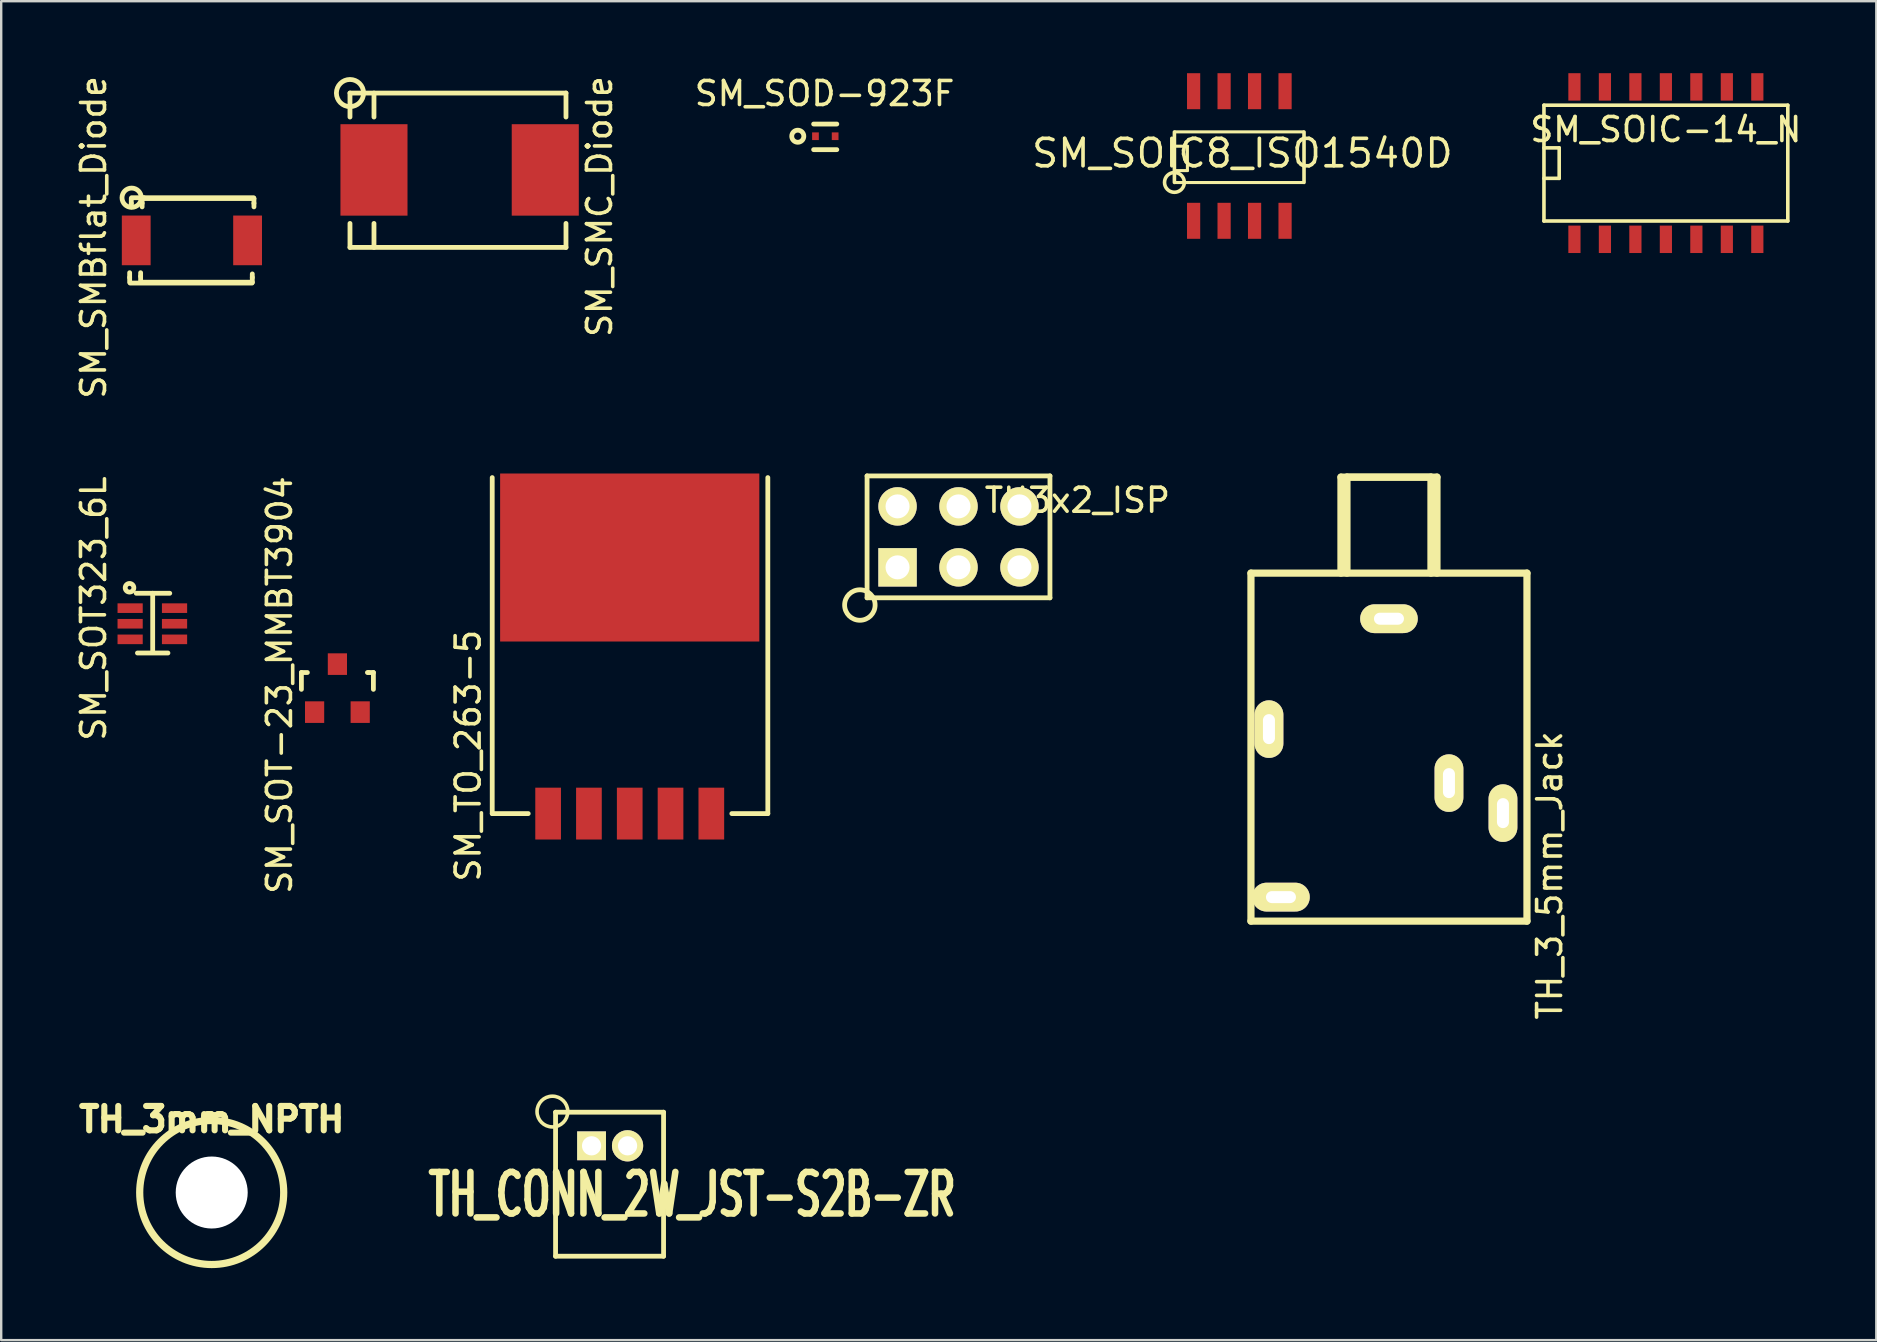
<source format=kicad_pcb>
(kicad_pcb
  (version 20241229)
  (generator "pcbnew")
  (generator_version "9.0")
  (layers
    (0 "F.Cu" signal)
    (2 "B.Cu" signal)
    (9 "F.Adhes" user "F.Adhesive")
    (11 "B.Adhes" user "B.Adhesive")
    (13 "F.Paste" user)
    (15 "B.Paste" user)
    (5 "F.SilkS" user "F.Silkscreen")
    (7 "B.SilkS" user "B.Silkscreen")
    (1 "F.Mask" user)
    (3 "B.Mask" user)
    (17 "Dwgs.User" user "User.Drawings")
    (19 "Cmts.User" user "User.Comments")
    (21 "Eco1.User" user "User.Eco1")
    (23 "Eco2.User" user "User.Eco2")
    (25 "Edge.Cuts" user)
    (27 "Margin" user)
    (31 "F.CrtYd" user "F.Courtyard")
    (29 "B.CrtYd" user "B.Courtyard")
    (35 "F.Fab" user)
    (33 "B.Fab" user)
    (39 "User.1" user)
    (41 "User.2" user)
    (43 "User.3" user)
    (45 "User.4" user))
  (footprint "TH_CONN_2W_JST-S2B-ZR"
    (layer "F.Cu")
    (at 21.598 44.691)
    (property "Reference" "TH_CONN_2W_JST-S2B-ZR" (at 4.191 2.032 0) (layer "F.SilkS") (effects (font (size 1.73 1.087) (thickness 0.272))))
    (attr through_hole)
    (fp_line (start -1.5 -1.4) (end 3 -1.4) (stroke (width 0.2) (type solid)) (layer "F.SilkS"))
    (fp_line (start -1.5 4.6) (end -1.5 -1.4) (stroke (width 0.2) (type solid)) (layer "F.SilkS"))
    (fp_line (start 3 -1.4) (end 3 4.6) (stroke (width 0.2) (type solid)) (layer "F.SilkS"))
    (fp_line (start 3 4.6) (end -1.5 4.6) (stroke (width 0.2) (type solid)) (layer "F.SilkS"))
    (fp_circle (center -1.631 -1.427) (end -1.231 -0.927) (stroke (width 0.15) (type solid)) (fill no) (layer "F.SilkS"))
    (pad "1" thru_hole rect (at 0 0) (size 1.2 1.2) (drill 0.8) (layers "*.Cu" "*.Mask" "F.SilkS"))
    (pad "2" thru_hole circle (at 1.5 0) (size 1.3 1.3) (drill 0.8) (layers "*.Cu" "*.Mask" "F.SilkS")))
  (footprint "SM_SOT-23_MMBT3904"
    (layer "F.Cu")
    (at 11.008 25.621)
    (property "Reference" "SM_SOT-23_MMBT3904" (at -2.413 -0.127 90) (layer "F.SilkS") (effects (font (size 1 1) (thickness 0.15))))
    (attr smd)
    (fp_line (start -1.5 -0.65) (end -1.251 -0.65) (stroke (width 0.2) (type solid)) (layer "F.SilkS"))
    (fp_line (start -1.5 0.051) (end -1.5 -0.65) (stroke (width 0.2) (type solid)) (layer "F.SilkS"))
    (fp_line (start 1.299 -0.65) (end 1.251 -0.65) (stroke (width 0.2) (type solid)) (layer "F.SilkS"))
    (fp_line (start 1.299 -0.65) (end 1.5 -0.65) (stroke (width 0.2) (type solid)) (layer "F.SilkS"))
    (fp_line (start 1.5 -0.65) (end 1.5 0.051) (stroke (width 0.2) (type solid)) (layer "F.SilkS"))
    (pad "1" smd rect (at 0.95 1) (size 0.8 0.9) (layers "F.Cu" "F.Mask" "F.Paste"))
    (pad "2" smd rect (at -0.95 1) (size 0.8 0.9) (layers "F.Cu" "F.Mask" "F.Paste"))
    (pad "3" smd rect (at 0 -1) (size 0.8 0.9) (layers "F.Cu" "F.Mask" "F.Paste")))
  (footprint "TH_3mm_NPTH"
    (layer "F.Cu")
    (at 5.771 46.637)
    (property "Reference" "TH_3mm_NPTH" (at 0 -3.048 0) (layer "F.SilkS") (effects (font (size 1.016 1.016) (thickness 0.254))))
    (attr through_hole)
    (fp_circle (center 0 0) (end 3 0) (stroke (width 0.3) (type solid)) (fill no) (layer "F.SilkS"))
    (pad "" np_thru_hole circle (at 0 0) (size 3 3) (drill 3) (layers "*.Cu" "*.Mask")))
  (footprint "SM_SOIC8_ISO1540D"
    (layer "F.Cu")
    (at 46.683 0.75)
    (property "Reference" "SM_SOIC8_ISO1540D" (at 2.032 2.586 0) (layer "F.SilkS") (effects (font (size 1.143 1.143) (thickness 0.152))))
    (attr smd)
    (fp_line (start -0.8 3.8) (end -0.8 1.7) (stroke (width 0.15) (type solid)) (layer "F.SilkS"))
    (fp_line (start -0.767 2.292) (end -0.259 2.292) (stroke (width 0.127) (type solid)) (layer "F.SilkS"))
    (fp_line (start -0.767 3.805) (end 4.567 3.805) (stroke (width 0.127) (type solid)) (layer "F.SilkS"))
    (fp_line (start -0.259 2.292) (end -0.259 3.308) (stroke (width 0.127) (type solid)) (layer "F.SilkS"))
    (fp_line (start -0.259 3.308) (end -0.767 3.308) (stroke (width 0.127) (type solid)) (layer "F.SilkS"))
    (fp_line (start 4.567 1.695) (end -0.767 1.695) (stroke (width 0.127) (type solid)) (layer "F.SilkS"))
    (fp_line (start 4.6 3.8) (end 4.6 1.7) (stroke (width 0.15) (type solid)) (layer "F.SilkS"))
    (fp_circle (center -0.8 3.8) (end -0.4 3.9) (stroke (width 0.15) (type solid)) (fill no) (layer "F.SilkS"))
    (pad "1" smd rect (at 0 5.4) (size 0.55 1.5) (layers "F.Cu" "F.Mask" "F.Paste"))
    (pad "2" smd rect (at 1.27 5.4) (size 0.55 1.5) (layers "F.Cu" "F.Mask" "F.Paste"))
    (pad "3" smd rect (at 2.54 5.4) (size 0.55 1.5) (layers "F.Cu" "F.Mask" "F.Paste"))
    (pad "4" smd rect (at 3.81 5.4) (size 0.55 1.5) (layers "F.Cu" "F.Mask" "F.Paste"))
    (pad "5" smd rect (at 3.81 0) (size 0.55 1.5) (layers "F.Cu" "F.Mask" "F.Paste"))
    (pad "6" smd rect (at 2.54 0) (size 0.55 1.5) (layers "F.Cu" "F.Mask" "F.Paste"))
    (pad "7" smd rect (at 1.27 0) (size 0.55 1.5) (layers "F.Cu" "F.Mask" "F.Paste"))
    (pad "8" smd rect (at 0 0) (size 0.55 1.5) (layers "F.Cu" "F.Mask" "F.Paste")))
  (footprint "TH_3_5mm_Jack"
    (layer "F.Cu")
    (at 49.072 35.329)
    (property "Reference" "TH_3_5mm_Jack" (at 12.446 -1.905 90) (layer "F.SilkS") (effects (font (size 1 1) (thickness 0.15))))
    (attr exclude_from_pos_files exclude_from_bom)
    (fp_line (start 0 -14.5) (end 0 0) (stroke (width 0.3) (type solid)) (layer "F.SilkS"))
    (fp_line (start 0 0) (end 11.5 0) (stroke (width 0.3) (type solid)) (layer "F.SilkS"))
    (fp_line (start 3.75 -18.5) (end 7.75 -18.5) (stroke (width 0.3) (type solid)) (layer "F.SilkS"))
    (fp_line (start 3.75 -14.5) (end 3.75 -18.5) (stroke (width 0.3) (type solid)) (layer "F.SilkS"))
    (fp_line (start 4 -18.5) (end 7.5 -18.5) (stroke (width 0.3) (type solid)) (layer "F.SilkS"))
    (fp_line (start 4 -14.5) (end 4 -18.5) (stroke (width 0.3) (type solid)) (layer "F.SilkS"))
    (fp_line (start 7.5 -18.5) (end 7.5 -14.5) (stroke (width 0.3) (type solid)) (layer "F.SilkS"))
    (fp_line (start 7.75 -18.5) (end 7.75 -14.5) (stroke (width 0.3) (type solid)) (layer "F.SilkS"))
    (fp_line (start 11.5 -14.5) (end 0 -14.5) (stroke (width 0.3) (type solid)) (layer "F.SilkS"))
    (fp_line (start 11.5 0) (end 11.5 -14.5) (stroke (width 0.3) (type solid)) (layer "F.SilkS"))
    (pad "1" thru_hole oval (at 5.75 -12.6) (size 2.4 1.2) (drill oval 1.25 0.5) (layers "*.Cu" "F.Mask" "F.SilkS" "F.Paste"))
    (pad "2" thru_hole oval (at 0.75 -8) (size 1.2 2.4) (drill oval 0.5 1.25) (layers "*.Cu" "F.Mask" "F.SilkS" "F.Paste"))
    (pad "3" thru_hole oval (at 10.5 -4.5) (size 1.2 2.4) (drill oval 0.5 1.25) (layers "*.Cu" "F.Mask" "F.SilkS" "F.Paste"))
    (pad "5" thru_hole oval (at 1.25 -1) (size 2.4 1.2) (drill oval 1.25 0.5) (layers "*.Cu" "F.Mask" "F.SilkS" "F.Paste"))
    (pad "6" thru_hole oval (at 8.25 -5.75) (size 1.2 2.4) (drill oval 0.5 1.25) (layers "*.Cu" "F.Mask" "F.SilkS" "F.Paste")))
  (footprint "SM_SOIC-14_N"
    (layer "F.Cu")
    (at 66.36 3.619)
    (property "Reference" "SM_SOIC-14_N" (at 0 -1.27 0) (layer "F.SilkS") (effects (font (size 1 1) (thickness 0.15))))
    (attr smd)
    (fp_line (start -5.08 -2.286) (end 5.08 -2.286) (stroke (width 0.15) (type solid)) (layer "F.SilkS"))
    (fp_line (start -5.08 -0.508) (end -4.445 -0.508) (stroke (width 0.15) (type solid)) (layer "F.SilkS"))
    (fp_line (start -5.08 2.54) (end -5.08 -2.286) (stroke (width 0.15) (type solid)) (layer "F.SilkS"))
    (fp_line (start -4.445 -0.508) (end -4.445 0.762) (stroke (width 0.15) (type solid)) (layer "F.SilkS"))
    (fp_line (start -4.445 0.762) (end -5.08 0.762) (stroke (width 0.15) (type solid)) (layer "F.SilkS"))
    (fp_line (start 5.08 -2.286) (end 5.08 2.54) (stroke (width 0.15) (type solid)) (layer "F.SilkS"))
    (fp_line (start 5.08 2.54) (end -5.08 2.54) (stroke (width 0.15) (type solid)) (layer "F.SilkS"))
    (pad "1" smd rect (at -3.81 3.302) (size 0.508 1.143) (layers "F.Cu" "F.Mask" "F.Paste"))
    (pad "2" smd rect (at -2.54 3.302) (size 0.508 1.143) (layers "F.Cu" "F.Mask" "F.Paste"))
    (pad "3" smd rect (at -1.27 3.302) (size 0.508 1.143) (layers "F.Cu" "F.Mask" "F.Paste"))
    (pad "4" smd rect (at 0 3.302) (size 0.508 1.143) (layers "F.Cu" "F.Mask" "F.Paste"))
    (pad "5" smd rect (at 1.27 3.302) (size 0.508 1.143) (layers "F.Cu" "F.Mask" "F.Paste"))
    (pad "6" smd rect (at 2.54 3.302) (size 0.508 1.143) (layers "F.Cu" "F.Mask" "F.Paste"))
    (pad "7" smd rect (at 3.81 3.302) (size 0.508 1.143) (layers "F.Cu" "F.Mask" "F.Paste"))
    (pad "8" smd rect (at 3.81 -3.048) (size 0.508 1.143) (layers "F.Cu" "F.Mask" "F.Paste"))
    (pad "9" smd rect (at 2.54 -3.048) (size 0.508 1.143) (layers "F.Cu" "F.Mask" "F.Paste"))
    (pad "10" smd rect (at 1.27 -3.048) (size 0.508 1.143) (layers "F.Cu" "F.Mask" "F.Paste"))
    (pad "11" smd rect (at 0 -3.048) (size 0.508 1.143) (layers "F.Cu" "F.Mask" "F.Paste"))
    (pad "12" smd rect (at -1.27 -3.048) (size 0.508 1.143) (layers "F.Cu" "F.Mask" "F.Paste"))
    (pad "13" smd rect (at -2.54 -3.048) (size 0.508 1.143) (layers "F.Cu" "F.Mask" "F.Paste"))
    (pad "14" smd rect (at -3.81 -3.048) (size 0.508 1.143) (layers "F.Cu" "F.Mask" "F.Paste")))
  (footprint "SM_SMC_Diode"
    (layer "F.Cu")
    (at 12.532 4.03)
    (property "Reference" "SM_SMC_Diode" (at 9.398 1.524 90) (layer "F.SilkS") (effects (font (size 1 1) (thickness 0.15))))
    (attr smd)
    (fp_line (start -1 -3.203) (end 8 -3.203) (stroke (width 0.2) (type solid)) (layer "F.SilkS"))
    (fp_line (start -1 -2.203) (end -1 -3.203) (stroke (width 0.2) (type solid)) (layer "F.SilkS"))
    (fp_line (start -1 2.229) (end -1 3.229) (stroke (width 0.2) (type solid)) (layer "F.SilkS"))
    (fp_line (start 0 -2.203) (end 0 -3.203) (stroke (width 0.2) (type solid)) (layer "F.SilkS"))
    (fp_line (start 0 2.229) (end 0 3.229) (stroke (width 0.2) (type solid)) (layer "F.SilkS"))
    (fp_line (start 8 -2.203) (end 8 -3.203) (stroke (width 0.2) (type solid)) (layer "F.SilkS"))
    (fp_line (start 8 2.229) (end 8 3.229) (stroke (width 0.2) (type solid)) (layer "F.SilkS"))
    (fp_line (start 8 3.229) (end -1 3.229) (stroke (width 0.2) (type solid)) (layer "F.SilkS"))
    (fp_circle (center -1 -3.203) (end -1.4 -2.803) (stroke (width 0.2) (type solid)) (fill no) (layer "F.SilkS"))
    (pad "1" smd rect (at 0 0) (size 2.794 3.81) (layers "F.Cu" "F.Mask" "F.Paste"))
    (pad "2" smd rect (at 7.137 0) (size 2.794 3.81) (layers "F.Cu" "F.Mask" "F.Paste")))
  (footprint "TH3x2_ISP"
    (layer "F.Cu")
    (at 37.522 19.319)
    (property "Reference" "TH3x2_ISP" (at 4.318 -1.524 180) (layer "F.SilkS") (effects (font (size 1 1) (thickness 0.15))))
    (attr through_hole)
    (fp_line (start -4.445 -2.54) (end 3.175 -2.54) (stroke (width 0.2) (type solid)) (layer "F.SilkS"))
    (fp_line (start -4.445 2.54) (end -4.445 -2.54) (stroke (width 0.2) (type solid)) (layer "F.SilkS"))
    (fp_line (start 3.175 -2.54) (end 3.175 2.54) (stroke (width 0.2) (type solid)) (layer "F.SilkS"))
    (fp_line (start 3.175 2.54) (end -4.445 2.54) (stroke (width 0.2) (type solid)) (layer "F.SilkS"))
    (fp_circle (center -4.745 2.84) (end -5.38 2.84) (stroke (width 0.2) (type solid)) (fill no) (layer "F.SilkS"))
    (pad "1" thru_hole rect (at -3.175 1.27) (size 1.6 1.6) (drill 1) (layers "*.Cu" "*.Mask" "F.SilkS"))
    (pad "2" thru_hole circle (at -3.175 -1.27) (size 1.6 1.6) (drill 1) (layers "*.Cu" "*.Mask" "F.SilkS"))
    (pad "3" thru_hole circle (at -0.635 1.27) (size 1.6 1.6) (drill 1) (layers "*.Cu" "*.Mask" "F.SilkS"))
    (pad "4" thru_hole circle (at -0.635 -1.27) (size 1.6 1.6) (drill 1) (layers "*.Cu" "*.Mask" "F.SilkS"))
    (pad "5" thru_hole circle (at 1.905 1.27) (size 1.6 1.6) (drill 1) (layers "*.Cu" "*.Mask" "F.SilkS"))
    (pad "6" thru_hole circle (at 1.905 -1.27) (size 1.6 1.6) (drill 1) (layers "*.Cu" "*.Mask" "F.SilkS")))
  (footprint "SM_SOD-923F"
    (layer "F.Cu")
    (at 30.927 2.626)
    (property "Reference" "SM_SOD-923F" (at 0.381 -1.778 0) (layer "F.SilkS") (effects (font (size 1 1) (thickness 0.15))))
    (attr smd)
    (fp_line (start -0.076 -0.508) (end 0.889 -0.508) (stroke (width 0.2) (type solid)) (layer "F.SilkS"))
    (fp_line (start -0.076 0.559) (end 0.889 0.559) (stroke (width 0.2) (type solid)) (layer "F.SilkS"))
    (fp_circle (center -0.737 0) (end -0.559 0.178) (stroke (width 0.2) (type solid)) (fill no) (layer "F.SilkS"))
    (pad "1" smd rect (at 0 0) (size 0.28 0.32) (layers "F.Cu" "F.Mask" "F.Paste"))
    (pad "2" smd rect (at 0.82 0) (size 0.28 0.32) (layers "F.Cu" "F.Mask" "F.Paste")))
  (footprint "SM_TO_263-5"
    (layer "F.Cu")
    (at 23.188 30.849)
    (property "Reference" "SM_TO_263-5" (at -6.731 -2.413 90) (layer "F.SilkS") (effects (font (size 1 1) (thickness 0.15))))
    (attr smd)
    (fp_line (start -5.729 0) (end -5.729 -14) (stroke (width 0.2) (type solid)) (layer "F.SilkS"))
    (fp_line (start -4.229 0) (end -5.729 0) (stroke (width 0.2) (type solid)) (layer "F.SilkS"))
    (fp_line (start 5.754 -14) (end 5.754 0) (stroke (width 0.2) (type solid)) (layer "F.SilkS"))
    (fp_line (start 5.754 0) (end 4.254 0) (stroke (width 0.2) (type solid)) (layer "F.SilkS"))
    (pad "1" smd rect (at -3.4 0) (size 1.07 2.16) (layers "F.Cu" "F.Mask" "F.Paste"))
    (pad "2" smd rect (at -1.7 0) (size 1.07 2.16) (layers "F.Cu" "F.Mask" "F.Paste"))
    (pad "3" smd rect (at -3.175 -12.573) (size 4 2.5) (layers "F.Cu" "F.Paste"))
    (pad "3" smd rect (at -3.175 -8.636) (size 4 2.5) (layers "F.Cu" "F.Paste"))
    (pad "3" smd rect (at 0 -10.67) (size 10.8 7) (layers "F.Cu" "F.Mask"))
    (pad "3" smd rect (at 0 0) (size 1.07 2.16) (layers "F.Cu" "F.Mask" "F.Paste"))
    (pad "3" smd rect (at 3.175 -12.573) (size 4 2.5) (layers "F.Cu" "F.Paste"))
    (pad "3" smd rect (at 3.175 -8.636) (size 4 2.5) (layers "F.Cu" "F.Paste"))
    (pad "4" smd rect (at 1.7 0) (size 1.07 2.16) (layers "F.Cu" "F.Mask" "F.Paste"))
    (pad "5" smd rect (at 3.4 0) (size 1.07 2.16) (layers "F.Cu" "F.Mask" "F.Paste")))
  (footprint "SM_SOT323_6L"
    (layer "F.Cu")
    (at 2.372 22.939)
    (property "Reference" "SM_SOT323_6L" (at -1.524 -0.635 270) (layer "F.SilkS") (effects (font (size 1 1) (thickness 0.15))))
    (attr smd)
    (fp_line (start 0.254 -1.27) (end 1.651 -1.27) (stroke (width 0.2) (type solid)) (layer "F.SilkS"))
    (fp_line (start 0.305 1.219) (end 1.575 1.219) (stroke (width 0.2) (type solid)) (layer "F.SilkS"))
    (fp_line (start 0.94 -1.27) (end 0.94 1.143) (stroke (width 0.2) (type solid)) (layer "F.SilkS"))
    (fp_circle (center -0.025 -1.499) (end -0.152 -1.626) (stroke (width 0.2) (type solid)) (fill no) (layer "F.SilkS"))
    (pad "1" smd rect (at 0 -0.65) (size 1.05 0.4) (layers "F.Cu" "F.Mask" "F.Paste"))
    (pad "2" smd rect (at 0 0) (size 1.05 0.4) (layers "F.Cu" "F.Mask" "F.Paste"))
    (pad "3" smd rect (at 0 0.65) (size 1.05 0.4) (layers "F.Cu" "F.Mask" "F.Paste"))
    (pad "4" smd rect (at 1.85 0.65) (size 1.05 0.4) (layers "F.Cu" "F.Mask" "F.Paste"))
    (pad "5" smd rect (at 1.85 0) (size 1.05 0.4) (layers "F.Cu" "F.Mask" "F.Paste"))
    (pad "6" smd rect (at 1.85 -0.65) (size 1.05 0.4) (layers "F.Cu" "F.Mask" "F.Paste")))
  (footprint "SM_SMBflat_Diode"
    (layer "F.Cu")
    (at 2.626 6.966)
    (property "Reference" "SM_SMBflat_Diode" (at -1.778 -0.127 90) (layer "F.SilkS") (effects (font (size 1 1) (thickness 0.15))))
    (attr smd)
    (fp_line (start -0.274 1.546) (end -0.274 1.346) (stroke (width 0.2) (type solid)) (layer "F.SilkS"))
    (fp_line (start -0.274 1.742) (end -0.274 1.544) (stroke (width 0.2) (type solid)) (layer "F.SilkS"))
    (fp_line (start -0.254 1.778) (end 4.826 1.778) (stroke (width 0.2) (type solid)) (layer "F.SilkS"))
    (fp_line (start -0.206 -1.745) (end -0.206 -1.547) (stroke (width 0.2) (type solid)) (layer "F.SilkS"))
    (fp_line (start -0.206 -1.546) (end -0.206 -1.397) (stroke (width 0.2) (type solid)) (layer "F.SilkS"))
    (fp_line (start -0.191 -1.778) (end 0.318 -1.778) (stroke (width 0.2) (type solid)) (layer "F.SilkS"))
    (fp_line (start 0.183 1.496) (end 0.183 1.347) (stroke (width 0.2) (type solid)) (layer "F.SilkS"))
    (fp_line (start 0.183 1.695) (end 0.183 1.497) (stroke (width 0.2) (type solid)) (layer "F.SilkS"))
    (fp_line (start 0.234 1.742) (end 4.836 1.742) (stroke (width 0.2) (type solid)) (layer "F.SilkS"))
    (fp_line (start 0.246 -1.745) (end 0.246 -1.547) (stroke (width 0.2) (type solid)) (layer "F.SilkS"))
    (fp_line (start 0.246 -1.546) (end 0.246 -1.397) (stroke (width 0.2) (type solid)) (layer "F.SilkS"))
    (fp_line (start 0.302 -1.745) (end 4.905 -1.745) (stroke (width 0.2) (type solid)) (layer "F.SilkS"))
    (fp_line (start 0.318 -1.778) (end 4.889 -1.778) (stroke (width 0.2) (type solid)) (layer "F.SilkS"))
    (fp_line (start 4.836 1.546) (end 4.836 1.397) (stroke (width 0.2) (type solid)) (layer "F.SilkS"))
    (fp_line (start 4.836 1.742) (end 4.836 1.544) (stroke (width 0.2) (type solid)) (layer "F.SilkS"))
    (fp_line (start 4.905 -1.745) (end 4.905 -1.547) (stroke (width 0.2) (type solid)) (layer "F.SilkS"))
    (fp_line (start 4.905 -1.546) (end 4.905 -1.397) (stroke (width 0.2) (type solid)) (layer "F.SilkS"))
    (fp_circle (center -0.191 -1.778) (end -0.572 -1.905) (stroke (width 0.2) (type solid)) (fill no) (layer "F.SilkS"))
    (pad "1" smd rect (at 0 0) (size 1.2 2.07) (layers "F.Cu" "F.Mask" "F.Paste"))
    (pad "2" smd rect (at 4.64 0) (size 1.2 2.07) (layers "F.Cu" "F.Mask" "F.Paste")))
  (gr_rect
    (start -3 -3)
    (end 75.128 52.787)
    (stroke (width 0.1) (type default))
    (fill no)
    (layer "Edge.Cuts")))
</source>
